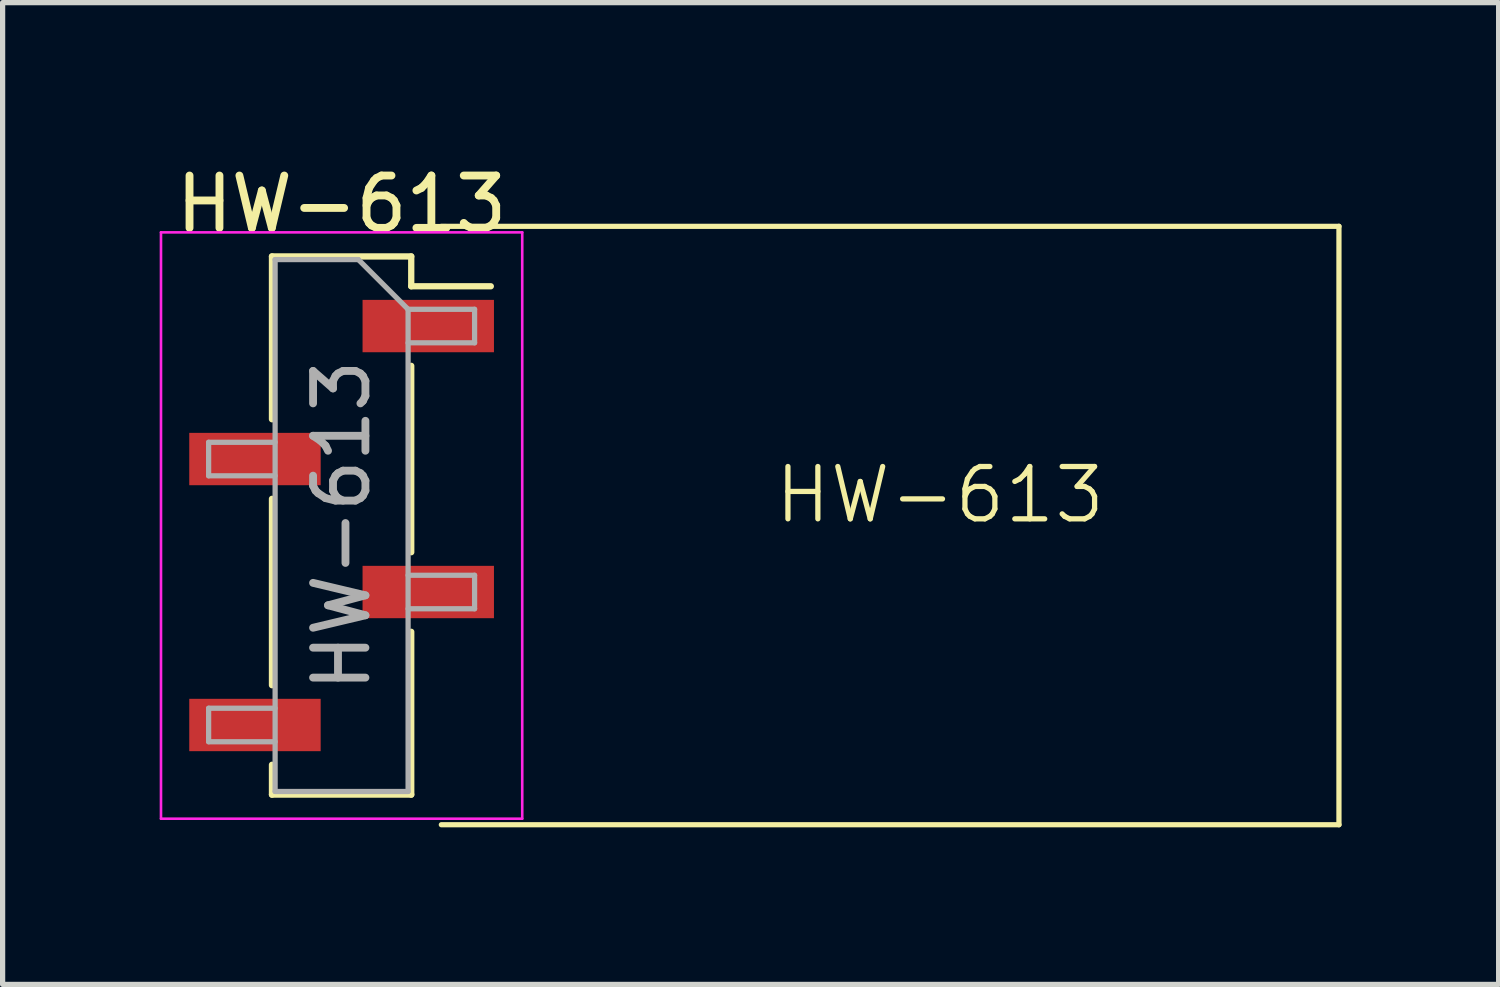
<source format=kicad_pcb>
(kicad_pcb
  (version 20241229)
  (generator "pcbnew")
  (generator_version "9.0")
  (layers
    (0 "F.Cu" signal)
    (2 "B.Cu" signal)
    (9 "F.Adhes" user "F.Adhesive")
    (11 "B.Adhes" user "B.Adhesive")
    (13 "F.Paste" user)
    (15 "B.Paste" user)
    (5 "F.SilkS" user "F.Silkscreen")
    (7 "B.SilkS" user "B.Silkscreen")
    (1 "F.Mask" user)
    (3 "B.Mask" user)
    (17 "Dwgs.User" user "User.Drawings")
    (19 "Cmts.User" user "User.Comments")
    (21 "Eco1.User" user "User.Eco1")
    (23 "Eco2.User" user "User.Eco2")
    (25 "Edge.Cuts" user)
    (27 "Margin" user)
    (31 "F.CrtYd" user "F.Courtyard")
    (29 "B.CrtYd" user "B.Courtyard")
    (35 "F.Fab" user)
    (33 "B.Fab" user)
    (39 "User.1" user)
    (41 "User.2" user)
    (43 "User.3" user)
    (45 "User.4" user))
  (footprint "HW-613"
    (layer "F.Cu")
    (at 3.475 6.988)
    (property "Reference" "HW-613" (at 0 -6.14 0) (layer "F.SilkS") (effects (font (size 1 1) (thickness 0.15))))
    (attr smd)
    (fp_line (start -1.33 -5.14) (end -1.33 -2.03) (stroke (width 0.12) (type solid)) (layer "F.SilkS"))
    (fp_line (start -1.33 -5.14) (end 1.33 -5.14) (stroke (width 0.12) (type solid)) (layer "F.SilkS"))
    (fp_line (start -1.33 -0.51) (end -1.33 3.05) (stroke (width 0.12) (type solid)) (layer "F.SilkS"))
    (fp_line (start -1.33 4.57) (end -1.33 5.14) (stroke (width 0.12) (type solid)) (layer "F.SilkS"))
    (fp_line (start -1.33 5.14) (end 1.33 5.14) (stroke (width 0.12) (type solid)) (layer "F.SilkS"))
    (fp_line (start 1.33 -5.14) (end 1.33 -4.57) (stroke (width 0.12) (type solid)) (layer "F.SilkS"))
    (fp_line (start 1.33 -4.57) (end 2.85 -4.57) (stroke (width 0.12) (type solid)) (layer "F.SilkS"))
    (fp_line (start 1.33 -3.05) (end 1.33 0.51) (stroke (width 0.12) (type solid)) (layer "F.SilkS"))
    (fp_line (start 1.33 2.03) (end 1.33 5.14) (stroke (width 0.12) (type solid)) (layer "F.SilkS"))
    (fp_line (start 1.905 5.715) (end 19.05 5.715) (stroke (width 0.1) (type default)) (layer "F.SilkS"))
    (fp_line (start 19.05 -5.715) (end 1.905 -5.715) (stroke (width 0.1) (type default)) (layer "F.SilkS"))
    (fp_line (start 19.05 5.715) (end 19.05 -5.715) (stroke (width 0.1) (type default)) (layer "F.SilkS"))
    (fp_line (start -3.45 -5.6) (end -3.45 5.6) (stroke (width 0.05) (type solid)) (layer "F.CrtYd"))
    (fp_line (start -3.45 5.6) (end 3.45 5.6) (stroke (width 0.05) (type solid)) (layer "F.CrtYd"))
    (fp_line (start 3.45 -5.6) (end -3.45 -5.6) (stroke (width 0.05) (type solid)) (layer "F.CrtYd"))
    (fp_line (start 3.45 5.6) (end 3.45 -5.6) (stroke (width 0.05) (type solid)) (layer "F.CrtYd"))
    (fp_line (start -2.54 -1.59) (end -2.54 -0.95) (stroke (width 0.1) (type solid)) (layer "F.Fab"))
    (fp_line (start -2.54 -0.95) (end -1.27 -0.95) (stroke (width 0.1) (type solid)) (layer "F.Fab"))
    (fp_line (start -2.54 3.49) (end -2.54 4.13) (stroke (width 0.1) (type solid)) (layer "F.Fab"))
    (fp_line (start -2.54 4.13) (end -1.27 4.13) (stroke (width 0.1) (type solid)) (layer "F.Fab"))
    (fp_line (start -1.27 -5.08) (end -1.27 5.08) (stroke (width 0.1) (type solid)) (layer "F.Fab"))
    (fp_line (start -1.27 -5.08) (end 0.32 -5.08) (stroke (width 0.1) (type solid)) (layer "F.Fab"))
    (fp_line (start -1.27 -1.59) (end -2.54 -1.59) (stroke (width 0.1) (type solid)) (layer "F.Fab"))
    (fp_line (start -1.27 3.49) (end -2.54 3.49) (stroke (width 0.1) (type solid)) (layer "F.Fab"))
    (fp_line (start 1.27 -4.13) (end 0.32 -5.08) (stroke (width 0.1) (type solid)) (layer "F.Fab"))
    (fp_line (start 1.27 -4.13) (end 2.54 -4.13) (stroke (width 0.1) (type solid)) (layer "F.Fab"))
    (fp_line (start 1.27 0.95) (end 2.54 0.95) (stroke (width 0.1) (type solid)) (layer "F.Fab"))
    (fp_line (start 1.27 5.08) (end -1.27 5.08) (stroke (width 0.1) (type solid)) (layer "F.Fab"))
    (fp_line (start 1.27 5.08) (end 1.27 -4.13) (stroke (width 0.1) (type solid)) (layer "F.Fab"))
    (fp_line (start 2.54 -4.13) (end 2.54 -3.49) (stroke (width 0.1) (type solid)) (layer "F.Fab"))
    (fp_line (start 2.54 -3.49) (end 1.27 -3.49) (stroke (width 0.1) (type solid)) (layer "F.Fab"))
    (fp_line (start 2.54 0.95) (end 2.54 1.59) (stroke (width 0.1) (type solid)) (layer "F.Fab"))
    (fp_line (start 2.54 1.59) (end 1.27 1.59) (stroke (width 0.1) (type solid)) (layer "F.Fab"))
    (fp_text user "HW-613" (at 11.43 0 0) (unlocked yes) (layer "F.SilkS") (effects (font (size 1 1) (thickness 0.1)) (justify bottom)))
    (fp_text user "${REFERENCE}" (at 0 0 90) (layer "F.Fab") (effects (font (size 1 1) (thickness 0.15))))
    (pad "1" smd rect (at 1.655 -3.81) (size 2.51 1) (layers "F.Cu" "F.Mask" "F.Paste"))
    (pad "2" smd rect (at -1.655 -1.27) (size 2.51 1) (layers "F.Cu" "F.Mask" "F.Paste"))
    (pad "3" smd rect (at 1.655 1.27) (size 2.51 1) (layers "F.Cu" "F.Mask" "F.Paste"))
    (pad "4" smd rect (at -1.655 3.81) (size 2.51 1) (layers "F.Cu" "F.Mask" "F.Paste")))
  (gr_rect
    (start -3 -3)
    (end 25.575 15.753)
    (stroke (width 0.1) (type default))
    (fill no)
    (layer "Edge.Cuts")))
</source>
